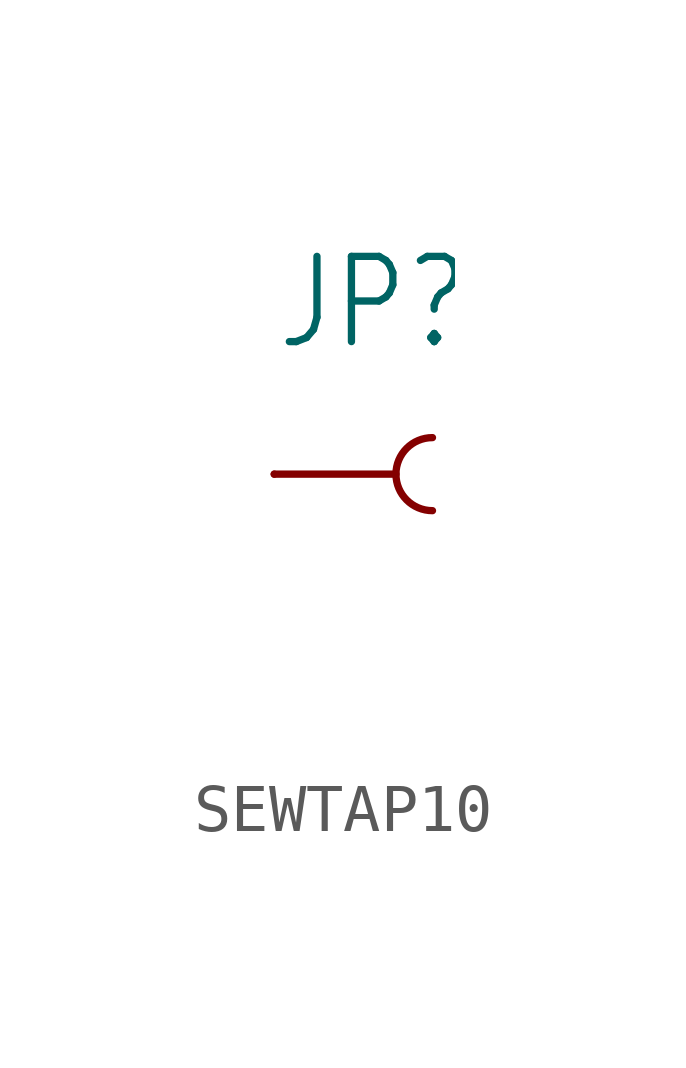
<source format=kicad_sym>
(kicad_symbol_lib
  (version 20220914)
  (generator kicad_symbol_editor)
  (symbol "SEWTAP10"
    (property "Reference" "JP"
      (at -2.54 2.54 0)
      (effects (font (size 1.778 1.511)) (justify left bottom)))
    (property "Value" ""
      (at -2.54 -5.08 0)
      (effects (font (size 1.778 1.511)) (justify left bottom)))
    (property "ki_locked" ""
      (at 0 0 0)
      (effects (font (size 1.27 1.27))))
    (symbol "SEWTAP10_1_0"
      (polyline (pts (xy 0 0) (xy -2.54 0)) (stroke (width 0.152) (type solid)) (fill (type none)))
      (arc (start 0.762 0.762) (mid 0 0) (end 0.762 -0.762) (stroke (width 0.1524) (type solid)) (fill (type none)))
      (pin bidirectional line (at -2.54 0 180) (length 0) (name "1" (effects (font (size 0 0)))) (number "1" (effects (font (size 0 0))))))))
</source>
